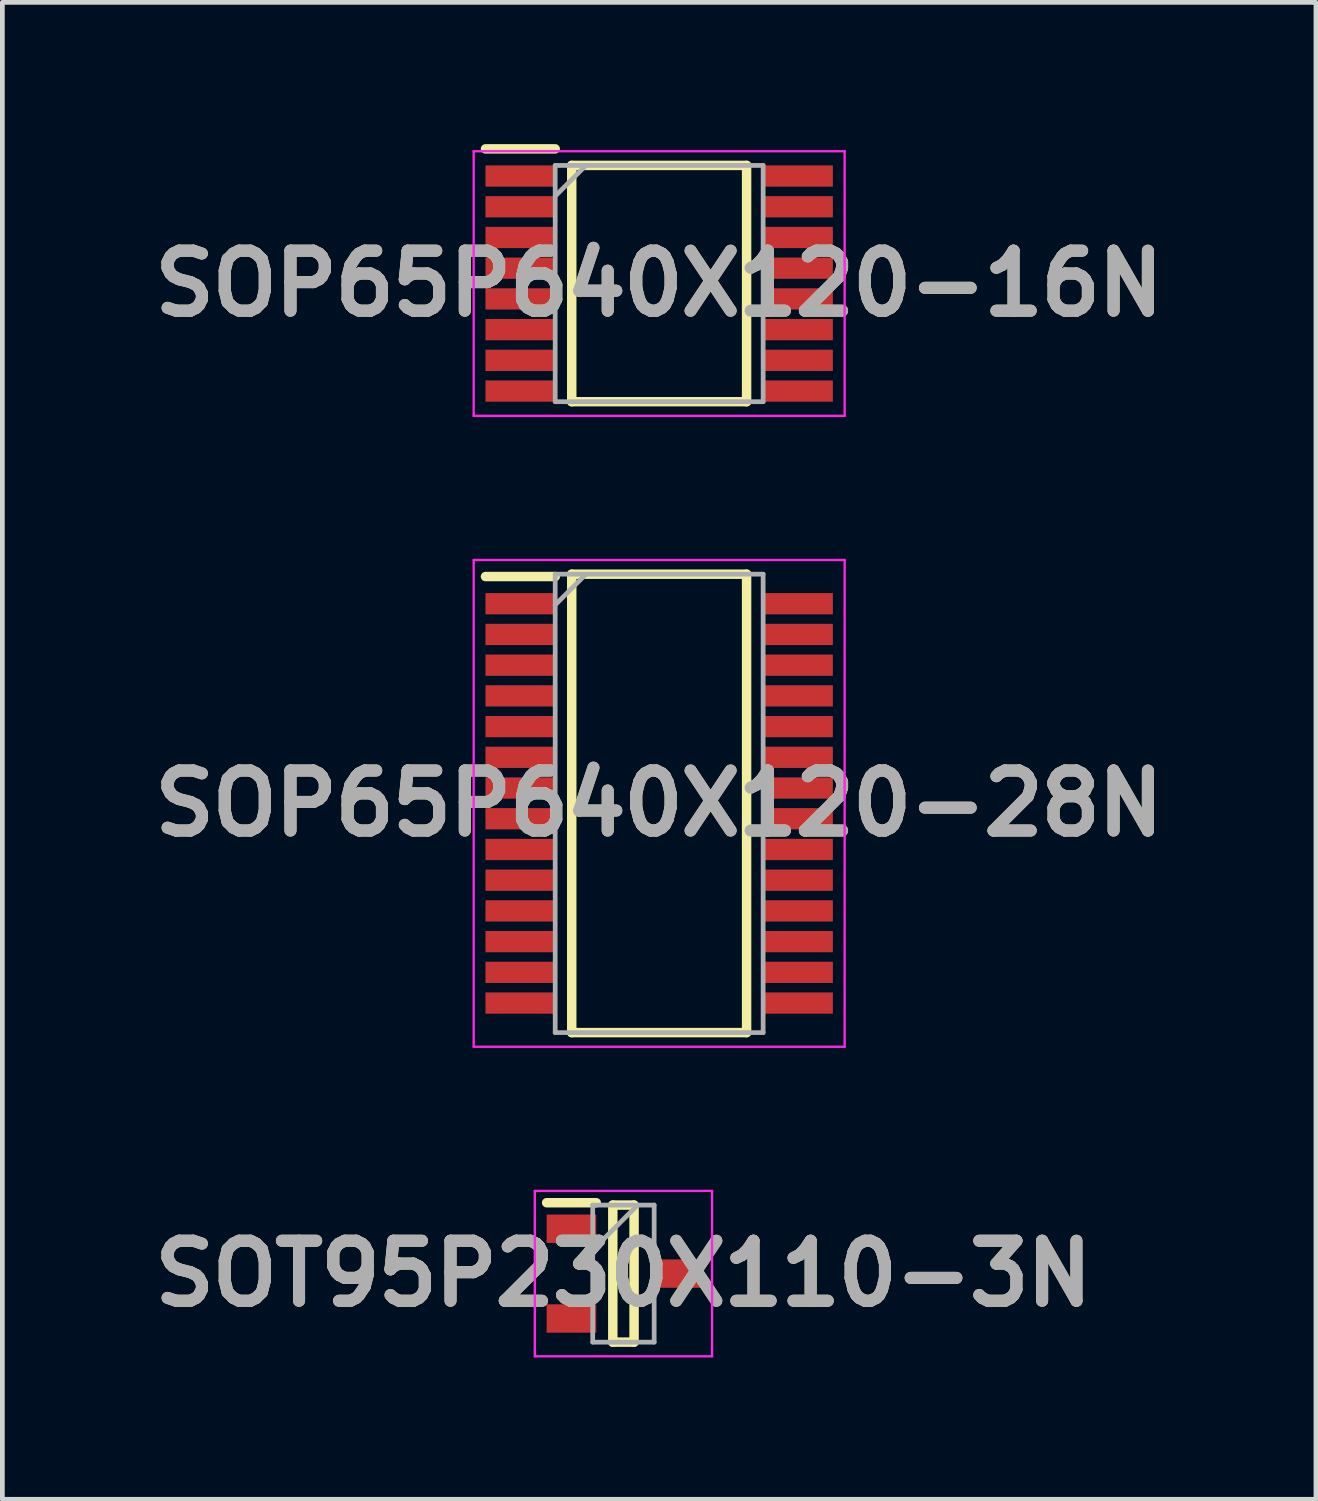
<source format=kicad_pcb>
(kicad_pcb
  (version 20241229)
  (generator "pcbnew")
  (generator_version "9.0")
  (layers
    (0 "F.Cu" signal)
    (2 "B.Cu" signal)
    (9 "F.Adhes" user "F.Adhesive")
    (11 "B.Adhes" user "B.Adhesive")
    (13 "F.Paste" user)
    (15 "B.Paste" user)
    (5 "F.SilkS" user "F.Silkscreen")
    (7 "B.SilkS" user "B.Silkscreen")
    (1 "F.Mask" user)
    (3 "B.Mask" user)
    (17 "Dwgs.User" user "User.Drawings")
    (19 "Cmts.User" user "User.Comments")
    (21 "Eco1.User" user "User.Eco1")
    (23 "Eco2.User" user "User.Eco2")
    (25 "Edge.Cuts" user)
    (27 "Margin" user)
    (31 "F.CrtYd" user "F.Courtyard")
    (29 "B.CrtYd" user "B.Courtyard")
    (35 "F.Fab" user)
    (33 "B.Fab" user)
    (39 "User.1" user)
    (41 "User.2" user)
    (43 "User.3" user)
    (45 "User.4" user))
  (footprint "SOT95P230X110-3N"
    (layer "F.Cu")
    (at 10.142 23.9)
    (property "Reference" "SOT95P230X110-3N" (at 0 0 0) (layer "F.SilkS") (effects (font (size 1.27 1.27) (thickness 0.254))))
    (attr smd)
    (fp_line (start -1.625 -1.5) (end -0.575 -1.5) (stroke (width 0.2) (type solid)) (layer "F.SilkS"))
    (fp_line (start -0.225 -1.45) (end 0.225 -1.45) (stroke (width 0.2) (type solid)) (layer "F.SilkS"))
    (fp_line (start -0.225 1.45) (end -0.225 -1.45) (stroke (width 0.2) (type solid)) (layer "F.SilkS"))
    (fp_line (start 0.225 -1.45) (end 0.225 1.45) (stroke (width 0.2) (type solid)) (layer "F.SilkS"))
    (fp_line (start 0.225 1.45) (end -0.225 1.45) (stroke (width 0.2) (type solid)) (layer "F.SilkS"))
    (fp_line (start -1.875 -1.75) (end 1.875 -1.75) (stroke (width 0.05) (type solid)) (layer "F.CrtYd"))
    (fp_line (start -1.875 1.75) (end -1.875 -1.75) (stroke (width 0.05) (type solid)) (layer "F.CrtYd"))
    (fp_line (start 1.875 -1.75) (end 1.875 1.75) (stroke (width 0.05) (type solid)) (layer "F.CrtYd"))
    (fp_line (start 1.875 1.75) (end -1.875 1.75) (stroke (width 0.05) (type solid)) (layer "F.CrtYd"))
    (fp_line (start -0.65 -1.45) (end 0.65 -1.45) (stroke (width 0.1) (type solid)) (layer "F.Fab"))
    (fp_line (start -0.65 -0.5) (end 0.3 -1.45) (stroke (width 0.1) (type solid)) (layer "F.Fab"))
    (fp_line (start -0.65 1.45) (end -0.65 -1.45) (stroke (width 0.1) (type solid)) (layer "F.Fab"))
    (fp_line (start 0.65 -1.45) (end 0.65 1.45) (stroke (width 0.1) (type solid)) (layer "F.Fab"))
    (fp_line (start 0.65 1.45) (end -0.65 1.45) (stroke (width 0.1) (type solid)) (layer "F.Fab"))
    (fp_text user "${REFERENCE}" (at 0 0 0) (layer "F.Fab") (effects (font (size 1.27 1.27) (thickness 0.254))))
    (pad "1" smd rect (at -1.1 -0.95 90) (size 0.6 1.05) (layers "F.Cu" "F.Mask" "F.Paste"))
    (pad "2" smd rect (at -1.1 0.95 90) (size 0.6 1.05) (layers "F.Cu" "F.Mask" "F.Paste"))
    (pad "3" smd rect (at 1.1 0 90) (size 0.6 1.05) (layers "F.Cu" "F.Mask" "F.Paste")))
  (footprint "SOP65P640X120-28N"
    (layer "F.Cu")
    (at 10.898 13.95)
    (property "Reference" "SOP65P640X120-28N" (at 0 0 0) (layer "F.SilkS") (effects (font (size 1.27 1.27) (thickness 0.254))))
    (attr smd)
    (fp_line (start -3.675 -4.8) (end -2.2 -4.8) (stroke (width 0.2) (type solid)) (layer "F.SilkS"))
    (fp_line (start -1.85 -4.85) (end 1.85 -4.85) (stroke (width 0.2) (type solid)) (layer "F.SilkS"))
    (fp_line (start -1.85 4.85) (end -1.85 -4.85) (stroke (width 0.2) (type solid)) (layer "F.SilkS"))
    (fp_line (start 1.85 -4.85) (end 1.85 4.85) (stroke (width 0.2) (type solid)) (layer "F.SilkS"))
    (fp_line (start 1.85 4.85) (end -1.85 4.85) (stroke (width 0.2) (type solid)) (layer "F.SilkS"))
    (fp_line (start -3.925 -5.15) (end 3.925 -5.15) (stroke (width 0.05) (type solid)) (layer "F.CrtYd"))
    (fp_line (start -3.925 5.15) (end -3.925 -5.15) (stroke (width 0.05) (type solid)) (layer "F.CrtYd"))
    (fp_line (start 3.925 -5.15) (end 3.925 5.15) (stroke (width 0.05) (type solid)) (layer "F.CrtYd"))
    (fp_line (start 3.925 5.15) (end -3.925 5.15) (stroke (width 0.05) (type solid)) (layer "F.CrtYd"))
    (fp_line (start -2.2 -4.85) (end 2.2 -4.85) (stroke (width 0.1) (type solid)) (layer "F.Fab"))
    (fp_line (start -2.2 -4.2) (end -1.55 -4.85) (stroke (width 0.1) (type solid)) (layer "F.Fab"))
    (fp_line (start -2.2 4.85) (end -2.2 -4.85) (stroke (width 0.1) (type solid)) (layer "F.Fab"))
    (fp_line (start 2.2 -4.85) (end 2.2 4.85) (stroke (width 0.1) (type solid)) (layer "F.Fab"))
    (fp_line (start 2.2 4.85) (end -2.2 4.85) (stroke (width 0.1) (type solid)) (layer "F.Fab"))
    (fp_text user "${REFERENCE}" (at 0 0 0) (layer "F.Fab") (effects (font (size 1.27 1.27) (thickness 0.254))))
    (pad "1" smd rect (at -2.938 -4.225 90) (size 0.45 1.475) (layers "F.Cu" "F.Mask" "F.Paste"))
    (pad "2" smd rect (at -2.938 -3.575 90) (size 0.45 1.475) (layers "F.Cu" "F.Mask" "F.Paste"))
    (pad "3" smd rect (at -2.938 -2.925 90) (size 0.45 1.475) (layers "F.Cu" "F.Mask" "F.Paste"))
    (pad "4" smd rect (at -2.938 -2.275 90) (size 0.45 1.475) (layers "F.Cu" "F.Mask" "F.Paste"))
    (pad "5" smd rect (at -2.938 -1.625 90) (size 0.45 1.475) (layers "F.Cu" "F.Mask" "F.Paste"))
    (pad "6" smd rect (at -2.938 -0.975 90) (size 0.45 1.475) (layers "F.Cu" "F.Mask" "F.Paste"))
    (pad "7" smd rect (at -2.938 -0.325 90) (size 0.45 1.475) (layers "F.Cu" "F.Mask" "F.Paste"))
    (pad "8" smd rect (at -2.938 0.325 90) (size 0.45 1.475) (layers "F.Cu" "F.Mask" "F.Paste"))
    (pad "9" smd rect (at -2.938 0.975 90) (size 0.45 1.475) (layers "F.Cu" "F.Mask" "F.Paste"))
    (pad "10" smd rect (at -2.938 1.625 90) (size 0.45 1.475) (layers "F.Cu" "F.Mask" "F.Paste"))
    (pad "11" smd rect (at -2.938 2.275 90) (size 0.45 1.475) (layers "F.Cu" "F.Mask" "F.Paste"))
    (pad "12" smd rect (at -2.938 2.925 90) (size 0.45 1.475) (layers "F.Cu" "F.Mask" "F.Paste"))
    (pad "13" smd rect (at -2.938 3.575 90) (size 0.45 1.475) (layers "F.Cu" "F.Mask" "F.Paste"))
    (pad "14" smd rect (at -2.938 4.225 90) (size 0.45 1.475) (layers "F.Cu" "F.Mask" "F.Paste"))
    (pad "15" smd rect (at 2.938 4.225 90) (size 0.45 1.475) (layers "F.Cu" "F.Mask" "F.Paste"))
    (pad "16" smd rect (at 2.938 3.575 90) (size 0.45 1.475) (layers "F.Cu" "F.Mask" "F.Paste"))
    (pad "17" smd rect (at 2.938 2.925 90) (size 0.45 1.475) (layers "F.Cu" "F.Mask" "F.Paste"))
    (pad "18" smd rect (at 2.938 2.275 90) (size 0.45 1.475) (layers "F.Cu" "F.Mask" "F.Paste"))
    (pad "19" smd rect (at 2.938 1.625 90) (size 0.45 1.475) (layers "F.Cu" "F.Mask" "F.Paste"))
    (pad "20" smd rect (at 2.938 0.975 90) (size 0.45 1.475) (layers "F.Cu" "F.Mask" "F.Paste"))
    (pad "21" smd rect (at 2.938 0.325 90) (size 0.45 1.475) (layers "F.Cu" "F.Mask" "F.Paste"))
    (pad "22" smd rect (at 2.938 -0.325 90) (size 0.45 1.475) (layers "F.Cu" "F.Mask" "F.Paste"))
    (pad "23" smd rect (at 2.938 -0.975 90) (size 0.45 1.475) (layers "F.Cu" "F.Mask" "F.Paste"))
    (pad "24" smd rect (at 2.938 -1.625 90) (size 0.45 1.475) (layers "F.Cu" "F.Mask" "F.Paste"))
    (pad "25" smd rect (at 2.938 -2.275 90) (size 0.45 1.475) (layers "F.Cu" "F.Mask" "F.Paste"))
    (pad "26" smd rect (at 2.938 -2.925 90) (size 0.45 1.475) (layers "F.Cu" "F.Mask" "F.Paste"))
    (pad "27" smd rect (at 2.938 -3.575 90) (size 0.45 1.475) (layers "F.Cu" "F.Mask" "F.Paste"))
    (pad "28" smd rect (at 2.938 -4.225 90) (size 0.45 1.475) (layers "F.Cu" "F.Mask" "F.Paste")))
  (footprint "SOP65P640X120-16N"
    (layer "F.Cu")
    (at 10.898 2.95)
    (property "Reference" "SOP65P640X120-16N" (at 0 0 0) (layer "F.SilkS") (effects (font (size 1.27 1.27) (thickness 0.254))))
    (attr smd)
    (fp_line (start -3.675 -2.85) (end -2.2 -2.85) (stroke (width 0.2) (type solid)) (layer "F.SilkS"))
    (fp_line (start -1.85 -2.5) (end 1.85 -2.5) (stroke (width 0.2) (type solid)) (layer "F.SilkS"))
    (fp_line (start -1.85 2.5) (end -1.85 -2.5) (stroke (width 0.2) (type solid)) (layer "F.SilkS"))
    (fp_line (start 1.85 -2.5) (end 1.85 2.5) (stroke (width 0.2) (type solid)) (layer "F.SilkS"))
    (fp_line (start 1.85 2.5) (end -1.85 2.5) (stroke (width 0.2) (type solid)) (layer "F.SilkS"))
    (fp_line (start -3.925 -2.8) (end 3.925 -2.8) (stroke (width 0.05) (type solid)) (layer "F.CrtYd"))
    (fp_line (start -3.925 2.8) (end -3.925 -2.8) (stroke (width 0.05) (type solid)) (layer "F.CrtYd"))
    (fp_line (start 3.925 -2.8) (end 3.925 2.8) (stroke (width 0.05) (type solid)) (layer "F.CrtYd"))
    (fp_line (start 3.925 2.8) (end -3.925 2.8) (stroke (width 0.05) (type solid)) (layer "F.CrtYd"))
    (fp_line (start -2.2 -2.5) (end 2.2 -2.5) (stroke (width 0.1) (type solid)) (layer "F.Fab"))
    (fp_line (start -2.2 -1.85) (end -1.55 -2.5) (stroke (width 0.1) (type solid)) (layer "F.Fab"))
    (fp_line (start -2.2 2.5) (end -2.2 -2.5) (stroke (width 0.1) (type solid)) (layer "F.Fab"))
    (fp_line (start 2.2 -2.5) (end 2.2 2.5) (stroke (width 0.1) (type solid)) (layer "F.Fab"))
    (fp_line (start 2.2 2.5) (end -2.2 2.5) (stroke (width 0.1) (type solid)) (layer "F.Fab"))
    (fp_text user "${REFERENCE}" (at 0 0 0) (layer "F.Fab") (effects (font (size 1.27 1.27) (thickness 0.254))))
    (pad "1" smd rect (at -2.938 -2.275 90) (size 0.45 1.475) (layers "F.Cu" "F.Mask" "F.Paste"))
    (pad "2" smd rect (at -2.938 -1.625 90) (size 0.45 1.475) (layers "F.Cu" "F.Mask" "F.Paste"))
    (pad "3" smd rect (at -2.938 -0.975 90) (size 0.45 1.475) (layers "F.Cu" "F.Mask" "F.Paste"))
    (pad "4" smd rect (at -2.938 -0.325 90) (size 0.45 1.475) (layers "F.Cu" "F.Mask" "F.Paste"))
    (pad "5" smd rect (at -2.938 0.325 90) (size 0.45 1.475) (layers "F.Cu" "F.Mask" "F.Paste"))
    (pad "6" smd rect (at -2.938 0.975 90) (size 0.45 1.475) (layers "F.Cu" "F.Mask" "F.Paste"))
    (pad "7" smd rect (at -2.938 1.625 90) (size 0.45 1.475) (layers "F.Cu" "F.Mask" "F.Paste"))
    (pad "8" smd rect (at -2.938 2.275 90) (size 0.45 1.475) (layers "F.Cu" "F.Mask" "F.Paste"))
    (pad "9" smd rect (at 2.938 2.275 90) (size 0.45 1.475) (layers "F.Cu" "F.Mask" "F.Paste"))
    (pad "10" smd rect (at 2.938 1.625 90) (size 0.45 1.475) (layers "F.Cu" "F.Mask" "F.Paste"))
    (pad "11" smd rect (at 2.938 0.975 90) (size 0.45 1.475) (layers "F.Cu" "F.Mask" "F.Paste"))
    (pad "12" smd rect (at 2.938 0.325 90) (size 0.45 1.475) (layers "F.Cu" "F.Mask" "F.Paste"))
    (pad "13" smd rect (at 2.938 -0.325 90) (size 0.45 1.475) (layers "F.Cu" "F.Mask" "F.Paste"))
    (pad "14" smd rect (at 2.938 -0.975 90) (size 0.45 1.475) (layers "F.Cu" "F.Mask" "F.Paste"))
    (pad "15" smd rect (at 2.938 -1.625 90) (size 0.45 1.475) (layers "F.Cu" "F.Mask" "F.Paste"))
    (pad "16" smd rect (at 2.938 -2.275 90) (size 0.45 1.475) (layers "F.Cu" "F.Mask" "F.Paste")))
  (gr_rect
    (start -3 -3)
    (end 24.796 28.675)
    (stroke (width 0.1) (type default))
    (fill no)
    (layer "Edge.Cuts")))
</source>
